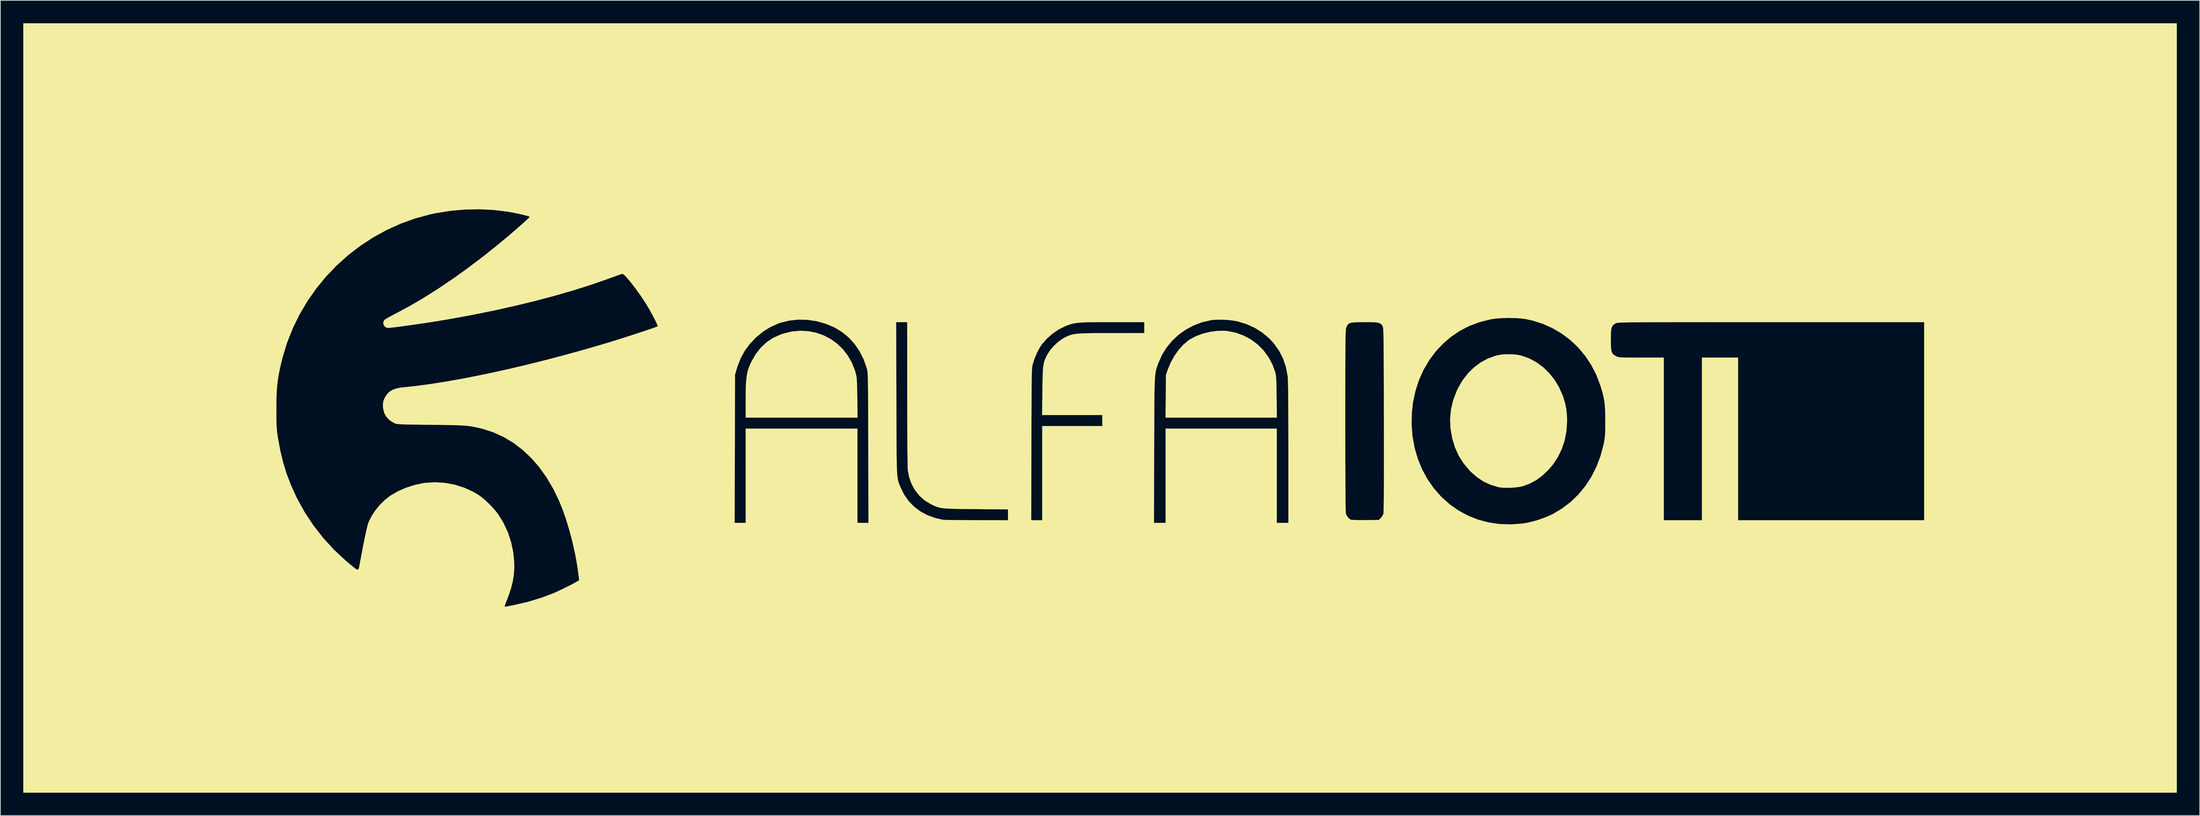
<source format=kicad_pcb>
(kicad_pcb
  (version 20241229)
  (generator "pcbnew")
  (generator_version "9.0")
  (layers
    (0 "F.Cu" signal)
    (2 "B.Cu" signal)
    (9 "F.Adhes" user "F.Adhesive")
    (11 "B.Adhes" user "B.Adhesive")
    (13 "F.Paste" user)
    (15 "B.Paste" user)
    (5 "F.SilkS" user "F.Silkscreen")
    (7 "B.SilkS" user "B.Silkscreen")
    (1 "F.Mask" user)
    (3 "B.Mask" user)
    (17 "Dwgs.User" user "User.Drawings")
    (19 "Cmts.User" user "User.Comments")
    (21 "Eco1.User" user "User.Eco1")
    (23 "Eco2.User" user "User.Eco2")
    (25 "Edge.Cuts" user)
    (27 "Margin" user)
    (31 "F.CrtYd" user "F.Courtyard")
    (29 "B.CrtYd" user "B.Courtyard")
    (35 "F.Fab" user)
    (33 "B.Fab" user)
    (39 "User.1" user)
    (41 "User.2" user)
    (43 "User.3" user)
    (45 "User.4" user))
  (footprint "alfaIoT"
    (layer "F.Cu")
    (at 141.06 50.466)
    (property "Reference" "alfaIoT" (at 0 0 0) (layer "F.SilkS") (effects (font (size 1.524 1.524) (thickness 0.3))))
    (attr through_hole)
    (fp_poly (pts (xy 16.782 -10.083) (xy 17.871 -9.856) (xy 18.896 -9.478) (xy 19.846 -8.96) (xy 20.707 -8.313) (xy 21.465 -7.549) (xy 22.109 -6.678) (xy 22.626 -5.711) (xy 22.955 -4.823) (xy 23.008 -4.636) (xy 23.05 -4.454) (xy 23.084 -4.252) (xy 23.11 -4.012) (xy 23.13 -3.709) (xy 23.145 -3.324) (xy 23.158 -2.834) (xy 23.168 -2.218) (xy 23.178 -1.46) (xy 23.211 1.27) (xy 8.624 1.27) (xy 8.652 -1.545) (xy 8.681 -4.36) (xy 8.918 -5.038) (xy 9.303 -5.961) (xy 9.788 -6.833) (xy 10.353 -7.628) (xy 10.978 -8.318) (xy 11.641 -8.875) (xy 11.852 -9.016) (xy 12.627 -9.424) (xy 13.508 -9.749) (xy 14.449 -9.981) (xy 15.403 -10.109) (xy 16.323 -10.125) (xy 16.782 -10.083)) (stroke (width 0.01) (type solid)) (fill yes) (layer "F.SilkS"))
    (fp_poly (pts (xy -38.183 -10.07) (xy -37.155 -9.866) (xy -36.177 -9.522) (xy -35.261 -9.044) (xy -34.42 -8.439) (xy -33.669 -7.716) (xy -33.018 -6.879) (xy -32.482 -5.938) (xy -32.074 -4.898) (xy -31.991 -4.614) (xy -31.938 -4.406) (xy -31.895 -4.2) (xy -31.861 -3.972) (xy -31.835 -3.699) (xy -31.815 -3.36) (xy -31.8 -2.93) (xy -31.787 -2.387) (xy -31.776 -1.709) (xy -31.771 -1.333) (xy -31.735 1.27) (xy -46.397 1.27) (xy -46.397 -1.127) (xy -46.392 -2.043) (xy -46.375 -2.814) (xy -46.34 -3.465) (xy -46.286 -4.02) (xy -46.207 -4.504) (xy -46.101 -4.94) (xy -45.962 -5.354) (xy -45.788 -5.77) (xy -45.612 -6.138) (xy -45.047 -7.11) (xy -44.39 -7.94) (xy -43.636 -8.635) (xy -42.778 -9.199) (xy -41.811 -9.637) (xy -41.433 -9.766) (xy -40.335 -10.027) (xy -39.247 -10.126) (xy -38.183 -10.07)) (stroke (width 0.01) (type solid)) (fill yes) (layer "F.SilkS"))
    (fp_poly (pts (xy 54.186 -7.029) (xy 54.676 -6.982) (xy 55.128 -6.894) (xy 55.245 -6.864) (xy 56.251 -6.512) (xy 57.2 -6.009) (xy 58.079 -5.367) (xy 58.876 -4.6) (xy 59.579 -3.72) (xy 60.175 -2.739) (xy 60.651 -1.671) (xy 60.777 -1.307) (xy 61 -0.535) (xy 61.144 0.201) (xy 61.221 0.967) (xy 61.24 1.778) (xy 61.157 3.043) (xy 60.92 4.259) (xy 60.534 5.413) (xy 60.004 6.494) (xy 59.335 7.488) (xy 58.806 8.106) (xy 58.032 8.847) (xy 57.236 9.439) (xy 56.387 9.903) (xy 55.499 10.245) (xy 55.07 10.345) (xy 54.53 10.419) (xy 53.931 10.463) (xy 53.326 10.476) (xy 52.77 10.456) (xy 52.314 10.399) (xy 52.239 10.383) (xy 51.23 10.08) (xy 50.315 9.658) (xy 49.467 9.102) (xy 48.659 8.396) (xy 48.466 8.201) (xy 47.687 7.278) (xy 47.052 6.279) (xy 46.558 5.193) (xy 46.2 4.015) (xy 45.976 2.737) (xy 45.961 2.603) (xy 45.913 1.389) (xy 46.035 0.175) (xy 46.323 -1.034) (xy 46.778 -2.232) (xy 46.943 -2.582) (xy 47.531 -3.603) (xy 48.229 -4.513) (xy 49.024 -5.302) (xy 49.904 -5.961) (xy 50.858 -6.479) (xy 51.873 -6.845) (xy 51.943 -6.864) (xy 52.395 -6.964) (xy 52.869 -7.021) (xy 53.429 -7.043) (xy 53.594 -7.044) (xy 54.186 -7.029)) (stroke (width 0.01) (type solid)) (fill yes) (layer "F.SilkS"))
    (fp_poly (pts (xy 141.139 50.461) (xy -141.055 50.461) (xy -141.055 0.127) (xy -107.898 0.127) (xy -107.896 0.886) (xy -107.891 1.506) (xy -107.879 2.017) (xy -107.86 2.448) (xy -107.832 2.83) (xy -107.794 3.193) (xy -107.744 3.567) (xy -107.708 3.81) (xy -107.4 5.518) (xy -107.02 7.109) (xy -106.555 8.623) (xy -105.993 10.101) (xy -105.32 11.585) (xy -105.188 11.853) (xy -104.179 13.683) (xy -103.026 15.427) (xy -101.737 17.077) (xy -100.32 18.623) (xy -98.783 20.054) (xy -98.121 20.605) (xy -97.746 20.91) (xy -97.479 21.116) (xy -97.297 21.212) (xy -97.176 21.188) (xy -97.091 21.035) (xy -97.021 20.742) (xy -96.94 20.298) (xy -96.901 20.085) (xy -96.691 18.963) (xy -96.506 17.998) (xy -96.343 17.18) (xy -96.2 16.498) (xy -96.075 15.943) (xy -95.966 15.504) (xy -95.871 15.171) (xy -95.793 14.948) (xy -95.414 14.178) (xy -94.903 13.406) (xy -94.293 12.672) (xy -93.617 12.015) (xy -92.975 11.52) (xy -92.013 10.956) (xy -90.943 10.481) (xy -89.814 10.112) (xy -88.671 9.866) (xy -88.375 9.824) (xy -87.085 9.746) (xy -85.79 9.83) (xy -84.513 10.07) (xy -83.276 10.462) (xy -82.1 11) (xy -81.383 11.424) (xy -80.927 11.758) (xy -80.42 12.197) (xy -79.9 12.7) (xy -79.407 13.228) (xy -78.981 13.743) (xy -78.841 13.931) (xy -78.139 15.062) (xy -77.57 16.285) (xy -77.14 17.58) (xy -76.857 18.926) (xy -76.736 20.116) (xy -76.722 21.038) (xy -76.781 21.913) (xy -76.923 22.78) (xy -77.154 23.681) (xy -77.481 24.656) (xy -77.633 25.057) (xy -77.796 25.48) (xy -77.903 25.77) (xy -77.959 25.951) (xy -77.972 26.045) (xy -77.949 26.077) (xy -77.94 26.077) (xy -77.846 26.062) (xy -77.622 26.022) (xy -77.302 25.963) (xy -76.987 25.904) (xy -74.998 25.453) (xy -73.089 24.873) (xy -71.543 24.282) (xy -71.13 24.099) (xy -70.641 23.871) (xy -70.117 23.618) (xy -69.597 23.359) (xy -69.121 23.114) (xy -68.73 22.902) (xy -68.506 22.772) (xy -68.221 22.596) (xy -68.279 22.072) (xy -68.476 20.63) (xy -68.749 19.126) (xy -69.088 17.6) (xy -69.483 16.091) (xy -69.793 15.071) (xy -47.841 15.071) (xy -46.397 15.071) (xy -46.397 2.709) (xy -31.75 2.709) (xy -31.75 15.071) (xy -30.306 15.071) (xy 7.105 15.071) (xy 8.636 15.071) (xy 8.636 2.709) (xy 23.199 2.709) (xy 23.199 15.071) (xy 24.723 15.071) (xy 24.723 5.819) (xy 24.722 4.209) (xy 24.719 2.725) (xy 24.716 1.652) (xy 32.175 1.652) (xy 32.176 3.41) (xy 32.177 5.047) (xy 32.18 6.56) (xy 32.183 7.943) (xy 32.188 9.193) (xy 32.194 10.305) (xy 32.201 11.275) (xy 32.209 12.099) (xy 32.218 12.772) (xy 32.228 13.29) (xy 32.239 13.65) (xy 32.251 13.846) (xy 32.256 13.878) (xy 32.412 14.208) (xy 32.652 14.493) (xy 32.893 14.654) (xy 33.026 14.675) (xy 33.301 14.692) (xy 33.688 14.703) (xy 34.16 14.71) (xy 34.688 14.709) (xy 34.814 14.708) (xy 36.565 14.69) (xy 36.827 14.439) (xy 37.019 14.201) (xy 37.159 13.936) (xy 37.175 13.889) (xy 37.188 13.754) (xy 37.201 13.453) (xy 37.211 12.983) (xy 37.22 12.346) (xy 37.228 11.541) (xy 37.234 10.568) (xy 37.238 9.426) (xy 37.241 8.116) (xy 37.242 6.638) (xy 37.241 4.99) (xy 37.239 3.174) (xy 37.237 2.167) (xy 40.866 2.167) (xy 40.984 3.71) (xy 41.253 5.207) (xy 41.668 6.645) (xy 42.226 8.015) (xy 42.923 9.305) (xy 43.755 10.507) (xy 44.719 11.608) (xy 44.79 11.68) (xy 45.863 12.64) (xy 47.02 13.455) (xy 48.253 14.123) (xy 49.554 14.642) (xy 50.916 15.009) (xy 52.329 15.222) (xy 53.786 15.277) (xy 55.278 15.173) (xy 55.795 15.1) (xy 56.51 14.953) (xy 57.303 14.731) (xy 58.111 14.457) (xy 58.871 14.151) (xy 59.368 13.914) (xy 60.59 13.189) (xy 61.712 12.332) (xy 62.727 11.35) (xy 63.631 10.252) (xy 64.418 9.045) (xy 65.081 7.737) (xy 65.614 6.338) (xy 66.013 4.854) (xy 66.056 4.65) (xy 66.12 4.317) (xy 66.168 4.01) (xy 66.203 3.699) (xy 66.227 3.352) (xy 66.241 2.936) (xy 66.247 2.42) (xy 66.249 1.771) (xy 66.249 1.651) (xy 66.242 0.839) (xy 66.221 0.158) (xy 66.18 -0.43) (xy 66.114 -0.962) (xy 66.017 -1.477) (xy 65.885 -2.012) (xy 65.712 -2.605) (xy 65.603 -2.953) (xy 65.077 -4.337) (xy 64.415 -5.629) (xy 63.627 -6.822) (xy 62.721 -7.908) (xy 61.705 -8.88) (xy 61.582 -8.973) (xy 66.972 -8.973) (xy 66.977 -8.359) (xy 66.999 -7.889) (xy 67.045 -7.537) (xy 67.123 -7.278) (xy 67.241 -7.087) (xy 67.407 -6.938) (xy 67.629 -6.806) (xy 67.652 -6.795) (xy 67.755 -6.744) (xy 67.859 -6.703) (xy 67.983 -6.671) (xy 68.145 -6.647) (xy 68.364 -6.629) (xy 68.658 -6.617) (xy 69.047 -6.61) (xy 69.549 -6.606) (xy 70.183 -6.604) (xy 70.967 -6.604) (xy 73.914 -6.604) (xy 73.914 14.732) (xy 78.909 14.732) (xy 78.909 -6.604) (xy 83.651 -6.604) (xy 83.651 14.732) (xy 108.035 14.732) (xy 108.035 -11.261) (xy 87.948 -11.26) (xy 85.772 -11.26) (xy 83.759 -11.26) (xy 81.903 -11.26) (xy 80.197 -11.26) (xy 78.635 -11.259) (xy 77.21 -11.258) (xy 75.915 -11.257) (xy 74.745 -11.255) (xy 73.692 -11.253) (xy 72.751 -11.251) (xy 71.915 -11.247) (xy 71.178 -11.244) (xy 70.532 -11.239) (xy 69.973 -11.234) (xy 69.492 -11.229) (xy 69.085 -11.222) (xy 68.743 -11.215) (xy 68.462 -11.206) (xy 68.234 -11.197) (xy 68.054 -11.186) (xy 67.913 -11.175) (xy 67.808 -11.162) (xy 67.729 -11.149) (xy 67.673 -11.134) (xy 67.631 -11.117) (xy 67.597 -11.1) (xy 67.584 -11.092) (xy 67.375 -10.949) (xy 67.219 -10.794) (xy 67.109 -10.601) (xy 67.037 -10.342) (xy 66.995 -9.991) (xy 66.976 -9.521) (xy 66.972 -8.973) (xy 61.582 -8.973) (xy 60.589 -9.729) (xy 59.382 -10.448) (xy 58.091 -11.029) (xy 56.725 -11.464) (xy 55.874 -11.652) (xy 55.21 -11.743) (xy 54.435 -11.795) (xy 53.601 -11.811) (xy 52.762 -11.79) (xy 51.972 -11.732) (xy 51.283 -11.638) (xy 51.179 -11.618) (xy 49.757 -11.258) (xy 48.433 -10.762) (xy 47.199 -10.126) (xy 46.046 -9.346) (xy 45.057 -8.504) (xy 44.058 -7.448) (xy 43.185 -6.286) (xy 42.444 -5.026) (xy 41.84 -3.679) (xy 41.376 -2.256) (xy 41.057 -0.767) (xy 40.901 0.587) (xy 40.866 2.167) (xy 37.237 2.167) (xy 37.236 1.524) (xy 37.233 -0.145) (xy 37.229 -1.653) (xy 37.226 -3.008) (xy 37.222 -4.219) (xy 37.219 -5.293) (xy 37.215 -6.241) (xy 37.21 -7.069) (xy 37.205 -7.786) (xy 37.199 -8.401) (xy 37.193 -8.921) (xy 37.185 -9.355) (xy 37.176 -9.712) (xy 37.166 -10) (xy 37.155 -10.227) (xy 37.142 -10.401) (xy 37.127 -10.531) (xy 37.111 -10.626) (xy 37.093 -10.693) (xy 37.073 -10.741) (xy 37.051 -10.778) (xy 37.05 -10.778) (xy 36.935 -10.932) (xy 36.808 -11.049) (xy 36.647 -11.135) (xy 36.428 -11.194) (xy 36.126 -11.231) (xy 35.719 -11.251) (xy 35.183 -11.259) (xy 34.713 -11.261) (xy 34.06 -11.258) (xy 33.553 -11.245) (xy 33.17 -11.217) (xy 32.889 -11.168) (xy 32.688 -11.092) (xy 32.544 -10.982) (xy 32.435 -10.834) (xy 32.338 -10.641) (xy 32.316 -10.588) (xy 32.295 -10.525) (xy 32.277 -10.444) (xy 32.261 -10.336) (xy 32.247 -10.194) (xy 32.234 -10.009) (xy 32.223 -9.771) (xy 32.213 -9.474) (xy 32.205 -9.107) (xy 32.198 -8.664) (xy 32.193 -8.135) (xy 32.188 -7.511) (xy 32.184 -6.785) (xy 32.181 -5.948) (xy 32.179 -4.991) (xy 32.178 -3.906) (xy 32.177 -2.684) (xy 32.176 -1.318) (xy 32.175 0.202) (xy 32.175 1.652) (xy 24.716 1.652) (xy 24.715 1.373) (xy 24.709 0.157) (xy 24.702 -0.92) (xy 24.693 -1.852) (xy 24.683 -2.635) (xy 24.671 -3.265) (xy 24.658 -3.737) (xy 24.644 -4.047) (xy 24.635 -4.151) (xy 24.409 -5.346) (xy 24.035 -6.459) (xy 23.513 -7.49) (xy 22.842 -8.44) (xy 22.236 -9.104) (xy 21.345 -9.866) (xy 20.346 -10.497) (xy 19.239 -10.998) (xy 18.093 -11.353) (xy 17.533 -11.46) (xy 16.873 -11.536) (xy 16.171 -11.579) (xy 15.485 -11.586) (xy 14.872 -11.553) (xy 14.587 -11.518) (xy 13.423 -11.25) (xy 12.318 -10.835) (xy 11.284 -10.284) (xy 10.337 -9.609) (xy 9.489 -8.819) (xy 8.755 -7.928) (xy 8.149 -6.946) (xy 7.709 -5.953) (xy 7.627 -5.731) (xy 7.554 -5.532) (xy 7.489 -5.346) (xy 7.431 -5.163) (xy 7.381 -4.973) (xy 7.337 -4.765) (xy 7.299 -4.529) (xy 7.267 -4.256) (xy 7.24 -3.934) (xy 7.218 -3.554) (xy 7.2 -3.105) (xy 7.185 -2.578) (xy 7.173 -1.962) (xy 7.164 -1.247) (xy 7.157 -0.422) (xy 7.151 0.522) (xy 7.147 1.596) (xy 7.143 2.809) (xy 7.139 4.173) (xy 7.135 5.524) (xy 7.105 15.071) (xy -30.306 15.071) (xy -30.33 5.228) (xy -30.334 3.73) (xy -30.338 2.391) (xy -30.341 1.203) (xy -30.345 0.154) (xy -30.349 -0.763) (xy -30.353 -1.56) (xy -30.359 -2.245) (xy -30.365 -2.829) (xy -30.372 -3.32) (xy -30.381 -3.729) (xy -30.391 -4.066) (xy -30.403 -4.34) (xy -30.417 -4.56) (xy -30.433 -4.736) (xy -30.451 -4.879) (xy -30.472 -4.997) (xy -30.495 -5.101) (xy -30.521 -5.2) (xy -30.539 -5.262) (xy -30.939 -6.391) (xy -31.469 -7.437) (xy -32.119 -8.387) (xy -32.878 -9.228) (xy -33.736 -9.945) (xy -34.68 -10.525) (xy -34.756 -10.564) (xy -35.892 -11.046) (xy -36.652 -11.261) (xy -26.675 -11.261) (xy -26.648 -1.249) (xy -26.644 0.288) (xy -26.641 1.664) (xy -26.637 2.892) (xy -26.633 3.979) (xy -26.628 4.936) (xy -26.622 5.772) (xy -26.614 6.498) (xy -26.604 7.123) (xy -26.591 7.658) (xy -26.574 8.11) (xy -26.554 8.492) (xy -26.53 8.812) (xy -26.502 9.08) (xy -26.468 9.305) (xy -26.429 9.499) (xy -26.384 9.67) (xy -26.333 9.828) (xy -26.275 9.983) (xy -26.209 10.145) (xy -26.136 10.324) (xy -26.106 10.399) (xy -25.632 11.365) (xy -25.032 12.222) (xy -24.311 12.965) (xy -23.477 13.588) (xy -22.534 14.088) (xy -21.491 14.459) (xy -20.489 14.676) (xy -20.364 14.683) (xy -20.087 14.689) (xy -19.676 14.696) (xy -19.147 14.702) (xy -18.518 14.708) (xy -17.807 14.713) (xy -17.03 14.717) (xy -16.206 14.72) (xy -16.15 14.72) (xy -12.023 14.732) (xy -8.98 14.732) (xy -7.535 14.732) (xy -7.535 2.371) (xy 0.339 2.371) (xy 0.339 0.931) (xy -7.552 0.931) (xy -7.512 -2.223) (xy -7.5 -3.105) (xy -7.487 -3.839) (xy -7.469 -4.443) (xy -7.445 -4.938) (xy -7.411 -5.343) (xy -7.365 -5.679) (xy -7.304 -5.966) (xy -7.226 -6.223) (xy -7.128 -6.47) (xy -7.007 -6.728) (xy -6.877 -6.985) (xy -6.522 -7.545) (xy -6.048 -8.104) (xy -5.502 -8.619) (xy -4.927 -9.046) (xy -4.561 -9.254) (xy -4.315 -9.373) (xy -4.087 -9.474) (xy -3.861 -9.558) (xy -3.621 -9.627) (xy -3.351 -9.683) (xy -3.036 -9.727) (xy -2.66 -9.76) (xy -2.207 -9.784) (xy -1.66 -9.801) (xy -1.004 -9.811) (xy -0.224 -9.817) (xy 0.698 -9.819) (xy 1.545 -9.82) (xy 5.842 -9.821) (xy 5.842 -11.261) (xy 1.647 -11.261) (xy 0.613 -11.26) (xy -0.269 -11.257) (xy -1.015 -11.25) (xy -1.642 -11.238) (xy -2.166 -11.22) (xy -2.604 -11.193) (xy -2.974 -11.157) (xy -3.291 -11.11) (xy -3.573 -11.051) (xy -3.836 -10.978) (xy -4.097 -10.89) (xy -4.373 -10.785) (xy -4.486 -10.741) (xy -5.355 -10.313) (xy -6.189 -9.748) (xy -6.946 -9.077) (xy -7.589 -8.332) (xy -7.71 -8.162) (xy -7.993 -7.691) (xy -8.277 -7.115) (xy -8.534 -6.493) (xy -8.737 -5.889) (xy -8.745 -5.859) (xy -8.773 -5.759) (xy -8.798 -5.66) (xy -8.82 -5.552) (xy -8.84 -5.427) (xy -8.857 -5.274) (xy -8.872 -5.083) (xy -8.886 -4.846) (xy -8.897 -4.553) (xy -8.907 -4.193) (xy -8.915 -3.758) (xy -8.922 -3.238) (xy -8.928 -2.623) (xy -8.933 -1.904) (xy -8.937 -1.07) (xy -8.941 -0.113) (xy -8.945 0.977) (xy -8.948 2.21) (xy -8.952 3.596) (xy -8.955 4.763) (xy -8.98 14.732) (xy -12.023 14.732) (xy -12.023 13.304) (xy -16.192 13.27) (xy -17.203 13.262) (xy -18.062 13.253) (xy -18.784 13.241) (xy -19.387 13.225) (xy -19.887 13.203) (xy -20.302 13.173) (xy -20.647 13.134) (xy -20.94 13.082) (xy -21.196 13.017) (xy -21.434 12.937) (xy -21.669 12.84) (xy -21.918 12.723) (xy -22.146 12.611) (xy -22.94 12.127) (xy -23.629 11.517) (xy -24.205 10.793) (xy -24.657 9.967) (xy -24.979 9.052) (xy -25.143 8.213) (xy -25.156 8.031) (xy -25.167 7.689) (xy -25.178 7.195) (xy -25.188 6.558) (xy -25.197 5.787) (xy -25.205 4.89) (xy -25.212 3.878) (xy -25.218 2.757) (xy -25.223 1.538) (xy -25.226 0.228) (xy -25.228 -1.163) (xy -25.228 -1.841) (xy -25.231 -11.261) (xy -26.675 -11.261) (xy -36.652 -11.261) (xy -37.069 -11.379) (xy -38.265 -11.562) (xy -39.462 -11.593) (xy -40.639 -11.472) (xy -41.777 -11.196) (xy -42.174 -11.059) (xy -43.182 -10.603) (xy -44.119 -10.017) (xy -45.011 -9.281) (xy -45.107 -9.19) (xy -45.889 -8.36) (xy -46.532 -7.478) (xy -47.053 -6.515) (xy -47.472 -5.442) (xy -47.596 -5.038) (xy -47.792 -4.36) (xy -47.841 15.071) (xy -69.793 15.071) (xy -69.924 14.637) (xy -70.401 13.277) (xy -70.852 12.167) (xy -71.628 10.568) (xy -72.495 9.1) (xy -73.449 7.766) (xy -74.487 6.568) (xy -75.604 5.511) (xy -76.798 4.598) (xy -78.065 3.832) (xy -79.4 3.215) (xy -80.801 2.753) (xy -81.449 2.596) (xy -81.795 2.523) (xy -82.11 2.461) (xy -82.413 2.41) (xy -82.72 2.367) (xy -83.051 2.332) (xy -83.424 2.303) (xy -83.856 2.281) (xy -84.365 2.262) (xy -84.97 2.247) (xy -85.689 2.234) (xy -86.539 2.222) (xy -87.539 2.211) (xy -87.63 2.21) (xy -88.613 2.198) (xy -89.441 2.188) (xy -90.129 2.178) (xy -90.693 2.167) (xy -91.145 2.155) (xy -91.502 2.142) (xy -91.778 2.126) (xy -91.987 2.107) (xy -92.144 2.083) (xy -92.265 2.056) (xy -92.363 2.023) (xy -92.454 1.984) (xy -92.46 1.981) (xy -93.027 1.634) (xy -93.463 1.186) (xy -93.761 0.648) (xy -93.912 0.034) (xy -93.93 -0.293) (xy -93.911 -0.685) (xy -93.846 -0.991) (xy -93.718 -1.291) (xy -93.707 -1.312) (xy -93.423 -1.767) (xy -93.087 -2.117) (xy -92.673 -2.376) (xy -92.156 -2.559) (xy -91.512 -2.679) (xy -91.169 -2.717) (xy -89.525 -2.893) (xy -87.739 -3.132) (xy -85.827 -3.432) (xy -83.801 -3.788) (xy -81.678 -4.199) (xy -79.471 -4.66) (xy -77.194 -5.168) (xy -74.862 -5.721) (xy -72.49 -6.316) (xy -70.091 -6.948) (xy -67.68 -7.615) (xy -65.271 -8.315) (xy -64.474 -8.554) (xy -63.881 -8.735) (xy -63.233 -8.937) (xy -62.548 -9.153) (xy -61.848 -9.377) (xy -61.149 -9.603) (xy -60.472 -9.825) (xy -59.836 -10.035) (xy -59.26 -10.229) (xy -58.763 -10.398) (xy -58.364 -10.538) (xy -58.083 -10.642) (xy -57.938 -10.703) (xy -57.925 -10.712) (xy -57.939 -10.807) (xy -58.025 -11.025) (xy -58.172 -11.339) (xy -58.367 -11.727) (xy -58.595 -12.163) (xy -58.846 -12.622) (xy -59.106 -13.081) (xy -59.363 -13.515) (xy -59.5 -13.738) (xy -60.12 -14.683) (xy -60.79 -15.621) (xy -61.465 -16.495) (xy -61.854 -16.962) (xy -62.132 -17.275) (xy -62.331 -17.47) (xy -62.475 -17.568) (xy -62.587 -17.587) (xy -62.603 -17.584) (xy -62.732 -17.543) (xy -62.995 -17.453) (xy -63.365 -17.323) (xy -63.816 -17.162) (xy -64.322 -16.978) (xy -64.529 -16.903) (xy -66.684 -16.154) (xy -68.99 -15.423) (xy -71.43 -14.717) (xy -73.986 -14.039) (xy -76.641 -13.393) (xy -79.378 -12.783) (xy -82.179 -12.215) (xy -85.026 -11.692) (xy -86.529 -11.437) (xy -87.209 -11.328) (xy -87.939 -11.215) (xy -88.697 -11.1) (xy -89.463 -10.987) (xy -90.215 -10.879) (xy -90.932 -10.779) (xy -91.592 -10.689) (xy -92.173 -10.614) (xy -92.655 -10.555) (xy -93.015 -10.515) (xy -93.234 -10.499) (xy -93.253 -10.499) (xy -93.537 -10.568) (xy -93.748 -10.749) (xy -93.868 -10.995) (xy -93.878 -11.265) (xy -93.761 -11.514) (xy -93.705 -11.572) (xy -93.572 -11.663) (xy -93.314 -11.815) (xy -92.959 -12.013) (xy -92.533 -12.242) (xy -92.065 -12.486) (xy -92.033 -12.502) (xy -90.299 -13.437) (xy -88.488 -14.504) (xy -86.618 -15.69) (xy -84.704 -16.987) (xy -82.761 -18.382) (xy -80.806 -19.865) (xy -78.854 -21.424) (xy -78.19 -21.974) (xy -77.678 -22.404) (xy -77.158 -22.846) (xy -76.648 -23.285) (xy -76.163 -23.707) (xy -75.721 -24.097) (xy -75.337 -24.441) (xy -75.028 -24.723) (xy -74.811 -24.93) (xy -74.702 -25.046) (xy -74.693 -25.06) (xy -74.759 -25.109) (xy -74.967 -25.181) (xy -75.29 -25.272) (xy -75.703 -25.374) (xy -76.181 -25.481) (xy -76.698 -25.588) (xy -77.228 -25.688) (xy -77.47 -25.73) (xy -79.331 -25.968) (xy -81.254 -26.067) (xy -83.207 -26.029) (xy -85.155 -25.854) (xy -87.067 -25.543) (xy -87.715 -25.404) (xy -89.696 -24.866) (xy -91.614 -24.174) (xy -93.462 -23.337) (xy -95.232 -22.362) (xy -96.918 -21.256) (xy -98.512 -20.027) (xy -100.008 -18.681) (xy -101.396 -17.225) (xy -102.672 -15.668) (xy -103.826 -14.016) (xy -104.852 -12.277) (xy -105.743 -10.458) (xy -106.491 -8.566) (xy -107.089 -6.608) (xy -107.277 -5.842) (xy -107.458 -5.019) (xy -107.602 -4.28) (xy -107.711 -3.588) (xy -107.792 -2.904) (xy -107.847 -2.19) (xy -107.88 -1.408) (xy -107.895 -0.521) (xy -107.898 0.127) (xy -141.055 0.127) (xy -141.055 -50.461) (xy 141.139 -50.461) (xy 141.139 50.461)) (stroke (width 0.01) (type solid)) (fill yes) (layer "F.SilkS")))
  (gr_rect
    (start -3 -3)
    (end 285.204 103.933)
    (stroke (width 0.1) (type default))
    (fill no)
    (layer "Edge.Cuts")))
</source>
